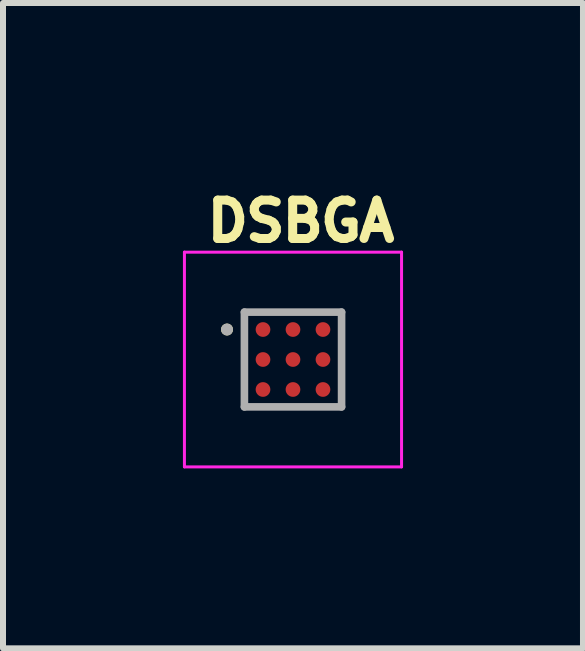
<source format=kicad_pcb>
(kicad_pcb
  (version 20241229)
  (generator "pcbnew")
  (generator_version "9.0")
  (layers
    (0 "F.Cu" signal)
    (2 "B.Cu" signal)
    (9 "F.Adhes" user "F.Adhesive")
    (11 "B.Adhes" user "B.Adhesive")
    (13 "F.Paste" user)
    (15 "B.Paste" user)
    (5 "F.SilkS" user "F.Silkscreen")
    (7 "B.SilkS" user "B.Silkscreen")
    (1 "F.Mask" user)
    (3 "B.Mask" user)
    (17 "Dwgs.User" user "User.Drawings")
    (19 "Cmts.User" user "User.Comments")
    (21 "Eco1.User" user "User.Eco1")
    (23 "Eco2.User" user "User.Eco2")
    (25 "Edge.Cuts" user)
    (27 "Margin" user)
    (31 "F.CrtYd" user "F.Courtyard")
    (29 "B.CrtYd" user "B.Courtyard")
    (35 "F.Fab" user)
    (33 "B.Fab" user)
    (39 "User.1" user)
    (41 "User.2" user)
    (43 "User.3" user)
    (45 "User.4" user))
  (footprint "DSBGA"
    (layer "F.Cu")
    (at 1.835 2.944)
    (property "Reference" "DSBGA" (at 0.132 -2.306 0) (layer "F.SilkS") (effects (font (size 0.64 0.64) (thickness 0.15))))
    (attr smd)
    (fp_circle (center -0.5 -0.5) (end -0.414 -0.5) (stroke (width 0.172) (type solid)) (fill no) (layer "F.Mask"))
    (fp_circle (center -0.5 0) (end -0.414 0) (stroke (width 0.172) (type solid)) (fill no) (layer "F.Mask"))
    (fp_circle (center -0.5 0.5) (end -0.414 0.5) (stroke (width 0.172) (type solid)) (fill no) (layer "F.Mask"))
    (fp_circle (center 0 -0.5) (end 0.086 -0.5) (stroke (width 0.172) (type solid)) (fill no) (layer "F.Mask"))
    (fp_circle (center 0 0) (end 0.086 0) (stroke (width 0.172) (type solid)) (fill no) (layer "F.Mask"))
    (fp_circle (center 0 0.5) (end 0.086 0.5) (stroke (width 0.172) (type solid)) (fill no) (layer "F.Mask"))
    (fp_circle (center 0.5 -0.5) (end 0.586 -0.5) (stroke (width 0.172) (type solid)) (fill no) (layer "F.Mask"))
    (fp_circle (center 0.5 0) (end 0.586 0) (stroke (width 0.172) (type solid)) (fill no) (layer "F.Mask"))
    (fp_circle (center 0.5 0.5) (end 0.586 0.5) (stroke (width 0.172) (type solid)) (fill no) (layer "F.Mask"))
    (fp_circle (center -1.1 -0.5) (end -1.05 -0.5) (stroke (width 0.1) (type solid)) (fill no) (layer "F.SilkS"))
    (fp_poly (pts (xy -0.625 -0.5) (xy -0.625 -0.575) (xy -0.625 -0.578) (xy -0.625 -0.58) (xy -0.624 -0.583) (xy -0.624 -0.585) (xy -0.623 -0.588) (xy -0.623 -0.59) (xy -0.622 -0.593) (xy -0.621 -0.595) (xy -0.62 -0.598) (xy -0.618 -0.6) (xy -0.617 -0.602) (xy -0.615 -0.604) (xy -0.614 -0.606) (xy -0.612 -0.608) (xy -0.61 -0.61) (xy -0.608 -0.612) (xy -0.606 -0.614) (xy -0.604 -0.615) (xy -0.602 -0.617) (xy -0.6 -0.618) (xy -0.598 -0.62) (xy -0.595 -0.621) (xy -0.593 -0.622) (xy -0.59 -0.623) (xy -0.588 -0.623) (xy -0.585 -0.624) (xy -0.583 -0.624) (xy -0.58 -0.625) (xy -0.578 -0.625) (xy -0.575 -0.625) (xy -0.425 -0.625) (xy -0.422 -0.625) (xy -0.42 -0.625) (xy -0.417 -0.624) (xy -0.415 -0.624) (xy -0.412 -0.623) (xy -0.41 -0.623) (xy -0.407 -0.622) (xy -0.405 -0.621) (xy -0.402 -0.62) (xy -0.4 -0.618) (xy -0.398 -0.617) (xy -0.396 -0.615) (xy -0.394 -0.614) (xy -0.392 -0.612) (xy -0.39 -0.61) (xy -0.388 -0.608) (xy -0.386 -0.606) (xy -0.385 -0.604) (xy -0.383 -0.602) (xy -0.382 -0.6) (xy -0.38 -0.598) (xy -0.379 -0.595) (xy -0.378 -0.593) (xy -0.377 -0.59) (xy -0.377 -0.588) (xy -0.376 -0.585) (xy -0.376 -0.583) (xy -0.375 -0.58) (xy -0.375 -0.578) (xy -0.375 -0.575) (xy -0.375 -0.425) (xy -0.375 -0.422) (xy -0.375 -0.42) (xy -0.376 -0.417) (xy -0.376 -0.415) (xy -0.377 -0.412) (xy -0.377 -0.41) (xy -0.378 -0.407) (xy -0.379 -0.405) (xy -0.38 -0.402) (xy -0.382 -0.4) (xy -0.383 -0.398) (xy -0.385 -0.396) (xy -0.386 -0.394) (xy -0.388 -0.392) (xy -0.39 -0.39) (xy -0.392 -0.388) (xy -0.394 -0.386) (xy -0.396 -0.385) (xy -0.398 -0.383) (xy -0.4 -0.382) (xy -0.402 -0.38) (xy -0.405 -0.379) (xy -0.407 -0.378) (xy -0.41 -0.377) (xy -0.412 -0.377) (xy -0.415 -0.376) (xy -0.417 -0.376) (xy -0.42 -0.375) (xy -0.422 -0.375) (xy -0.425 -0.375) (xy -0.575 -0.375) (xy -0.578 -0.375) (xy -0.58 -0.375) (xy -0.583 -0.376) (xy -0.585 -0.376) (xy -0.588 -0.377) (xy -0.59 -0.377) (xy -0.593 -0.378) (xy -0.595 -0.379) (xy -0.598 -0.38) (xy -0.6 -0.382) (xy -0.602 -0.383) (xy -0.604 -0.385) (xy -0.606 -0.386) (xy -0.608 -0.388) (xy -0.61 -0.39) (xy -0.612 -0.392) (xy -0.614 -0.394) (xy -0.615 -0.396) (xy -0.617 -0.398) (xy -0.618 -0.4) (xy -0.62 -0.402) (xy -0.621 -0.405) (xy -0.622 -0.407) (xy -0.623 -0.41) (xy -0.623 -0.412) (xy -0.624 -0.415) (xy -0.624 -0.417) (xy -0.625 -0.42) (xy -0.625 -0.422) (xy -0.625 -0.425) (xy -0.625 -0.5)) (stroke (width 0.01) (type solid)) (fill yes) (layer "F.Paste"))
    (fp_poly (pts (xy -0.625 0) (xy -0.625 -0.075) (xy -0.625 -0.078) (xy -0.625 -0.08) (xy -0.624 -0.083) (xy -0.624 -0.085) (xy -0.623 -0.088) (xy -0.623 -0.09) (xy -0.622 -0.093) (xy -0.621 -0.095) (xy -0.62 -0.098) (xy -0.618 -0.1) (xy -0.617 -0.102) (xy -0.615 -0.104) (xy -0.614 -0.106) (xy -0.612 -0.108) (xy -0.61 -0.11) (xy -0.608 -0.112) (xy -0.606 -0.114) (xy -0.604 -0.115) (xy -0.602 -0.117) (xy -0.6 -0.118) (xy -0.598 -0.12) (xy -0.595 -0.121) (xy -0.593 -0.122) (xy -0.59 -0.123) (xy -0.588 -0.123) (xy -0.585 -0.124) (xy -0.583 -0.124) (xy -0.58 -0.125) (xy -0.578 -0.125) (xy -0.575 -0.125) (xy -0.425 -0.125) (xy -0.422 -0.125) (xy -0.42 -0.125) (xy -0.417 -0.124) (xy -0.415 -0.124) (xy -0.412 -0.123) (xy -0.41 -0.123) (xy -0.407 -0.122) (xy -0.405 -0.121) (xy -0.402 -0.12) (xy -0.4 -0.118) (xy -0.398 -0.117) (xy -0.396 -0.115) (xy -0.394 -0.114) (xy -0.392 -0.112) (xy -0.39 -0.11) (xy -0.388 -0.108) (xy -0.386 -0.106) (xy -0.385 -0.104) (xy -0.383 -0.102) (xy -0.382 -0.1) (xy -0.38 -0.098) (xy -0.379 -0.095) (xy -0.378 -0.093) (xy -0.377 -0.09) (xy -0.377 -0.088) (xy -0.376 -0.085) (xy -0.376 -0.083) (xy -0.375 -0.08) (xy -0.375 -0.078) (xy -0.375 -0.075) (xy -0.375 0.075) (xy -0.375 0.078) (xy -0.375 0.08) (xy -0.376 0.083) (xy -0.376 0.085) (xy -0.377 0.088) (xy -0.377 0.09) (xy -0.378 0.093) (xy -0.379 0.095) (xy -0.38 0.098) (xy -0.382 0.1) (xy -0.383 0.102) (xy -0.385 0.104) (xy -0.386 0.106) (xy -0.388 0.108) (xy -0.39 0.11) (xy -0.392 0.112) (xy -0.394 0.114) (xy -0.396 0.115) (xy -0.398 0.117) (xy -0.4 0.118) (xy -0.402 0.12) (xy -0.405 0.121) (xy -0.407 0.122) (xy -0.41 0.123) (xy -0.412 0.123) (xy -0.415 0.124) (xy -0.417 0.124) (xy -0.42 0.125) (xy -0.422 0.125) (xy -0.425 0.125) (xy -0.575 0.125) (xy -0.578 0.125) (xy -0.58 0.125) (xy -0.583 0.124) (xy -0.585 0.124) (xy -0.588 0.123) (xy -0.59 0.123) (xy -0.593 0.122) (xy -0.595 0.121) (xy -0.598 0.12) (xy -0.6 0.118) (xy -0.602 0.117) (xy -0.604 0.115) (xy -0.606 0.114) (xy -0.608 0.112) (xy -0.61 0.11) (xy -0.612 0.108) (xy -0.614 0.106) (xy -0.615 0.104) (xy -0.617 0.102) (xy -0.618 0.1) (xy -0.62 0.098) (xy -0.621 0.095) (xy -0.622 0.093) (xy -0.623 0.09) (xy -0.623 0.088) (xy -0.624 0.085) (xy -0.624 0.083) (xy -0.625 0.08) (xy -0.625 0.078) (xy -0.625 0.075) (xy -0.625 0)) (stroke (width 0.01) (type solid)) (fill yes) (layer "F.Paste"))
    (fp_poly (pts (xy -0.625 0.5) (xy -0.625 0.425) (xy -0.625 0.422) (xy -0.625 0.42) (xy -0.624 0.417) (xy -0.624 0.415) (xy -0.623 0.412) (xy -0.623 0.41) (xy -0.622 0.407) (xy -0.621 0.405) (xy -0.62 0.402) (xy -0.618 0.4) (xy -0.617 0.398) (xy -0.615 0.396) (xy -0.614 0.394) (xy -0.612 0.392) (xy -0.61 0.39) (xy -0.608 0.388) (xy -0.606 0.386) (xy -0.604 0.385) (xy -0.602 0.383) (xy -0.6 0.382) (xy -0.598 0.38) (xy -0.595 0.379) (xy -0.593 0.378) (xy -0.59 0.377) (xy -0.588 0.377) (xy -0.585 0.376) (xy -0.583 0.376) (xy -0.58 0.375) (xy -0.578 0.375) (xy -0.575 0.375) (xy -0.425 0.375) (xy -0.422 0.375) (xy -0.42 0.375) (xy -0.417 0.376) (xy -0.415 0.376) (xy -0.412 0.377) (xy -0.41 0.377) (xy -0.407 0.378) (xy -0.405 0.379) (xy -0.402 0.38) (xy -0.4 0.382) (xy -0.398 0.383) (xy -0.396 0.385) (xy -0.394 0.386) (xy -0.392 0.388) (xy -0.39 0.39) (xy -0.388 0.392) (xy -0.386 0.394) (xy -0.385 0.396) (xy -0.383 0.398) (xy -0.382 0.4) (xy -0.38 0.402) (xy -0.379 0.405) (xy -0.378 0.407) (xy -0.377 0.41) (xy -0.377 0.412) (xy -0.376 0.415) (xy -0.376 0.417) (xy -0.375 0.42) (xy -0.375 0.422) (xy -0.375 0.425) (xy -0.375 0.575) (xy -0.375 0.578) (xy -0.375 0.58) (xy -0.376 0.583) (xy -0.376 0.585) (xy -0.377 0.588) (xy -0.377 0.59) (xy -0.378 0.593) (xy -0.379 0.595) (xy -0.38 0.598) (xy -0.382 0.6) (xy -0.383 0.602) (xy -0.385 0.604) (xy -0.386 0.606) (xy -0.388 0.608) (xy -0.39 0.61) (xy -0.392 0.612) (xy -0.394 0.614) (xy -0.396 0.615) (xy -0.398 0.617) (xy -0.4 0.618) (xy -0.402 0.62) (xy -0.405 0.621) (xy -0.407 0.622) (xy -0.41 0.623) (xy -0.412 0.623) (xy -0.415 0.624) (xy -0.417 0.624) (xy -0.42 0.625) (xy -0.422 0.625) (xy -0.425 0.625) (xy -0.575 0.625) (xy -0.578 0.625) (xy -0.58 0.625) (xy -0.583 0.624) (xy -0.585 0.624) (xy -0.588 0.623) (xy -0.59 0.623) (xy -0.593 0.622) (xy -0.595 0.621) (xy -0.598 0.62) (xy -0.6 0.618) (xy -0.602 0.617) (xy -0.604 0.615) (xy -0.606 0.614) (xy -0.608 0.612) (xy -0.61 0.61) (xy -0.612 0.608) (xy -0.614 0.606) (xy -0.615 0.604) (xy -0.617 0.602) (xy -0.618 0.6) (xy -0.62 0.598) (xy -0.621 0.595) (xy -0.622 0.593) (xy -0.623 0.59) (xy -0.623 0.588) (xy -0.624 0.585) (xy -0.624 0.583) (xy -0.625 0.58) (xy -0.625 0.578) (xy -0.625 0.575) (xy -0.625 0.5)) (stroke (width 0.01) (type solid)) (fill yes) (layer "F.Paste"))
    (fp_poly (pts (xy -0.125 -0.5) (xy -0.125 -0.575) (xy -0.125 -0.578) (xy -0.125 -0.58) (xy -0.124 -0.583) (xy -0.124 -0.585) (xy -0.123 -0.588) (xy -0.123 -0.59) (xy -0.122 -0.593) (xy -0.121 -0.595) (xy -0.12 -0.598) (xy -0.118 -0.6) (xy -0.117 -0.602) (xy -0.115 -0.604) (xy -0.114 -0.606) (xy -0.112 -0.608) (xy -0.11 -0.61) (xy -0.108 -0.612) (xy -0.106 -0.614) (xy -0.104 -0.615) (xy -0.102 -0.617) (xy -0.1 -0.618) (xy -0.098 -0.62) (xy -0.095 -0.621) (xy -0.093 -0.622) (xy -0.09 -0.623) (xy -0.088 -0.623) (xy -0.085 -0.624) (xy -0.083 -0.624) (xy -0.08 -0.625) (xy -0.078 -0.625) (xy -0.075 -0.625) (xy 0.075 -0.625) (xy 0.078 -0.625) (xy 0.08 -0.625) (xy 0.083 -0.624) (xy 0.085 -0.624) (xy 0.088 -0.623) (xy 0.09 -0.623) (xy 0.093 -0.622) (xy 0.095 -0.621) (xy 0.098 -0.62) (xy 0.1 -0.618) (xy 0.102 -0.617) (xy 0.104 -0.615) (xy 0.106 -0.614) (xy 0.108 -0.612) (xy 0.11 -0.61) (xy 0.112 -0.608) (xy 0.114 -0.606) (xy 0.115 -0.604) (xy 0.117 -0.602) (xy 0.118 -0.6) (xy 0.12 -0.598) (xy 0.121 -0.595) (xy 0.122 -0.593) (xy 0.123 -0.59) (xy 0.123 -0.588) (xy 0.124 -0.585) (xy 0.124 -0.583) (xy 0.125 -0.58) (xy 0.125 -0.578) (xy 0.125 -0.575) (xy 0.125 -0.425) (xy 0.125 -0.422) (xy 0.125 -0.42) (xy 0.124 -0.417) (xy 0.124 -0.415) (xy 0.123 -0.412) (xy 0.123 -0.41) (xy 0.122 -0.407) (xy 0.121 -0.405) (xy 0.12 -0.402) (xy 0.118 -0.4) (xy 0.117 -0.398) (xy 0.115 -0.396) (xy 0.114 -0.394) (xy 0.112 -0.392) (xy 0.11 -0.39) (xy 0.108 -0.388) (xy 0.106 -0.386) (xy 0.104 -0.385) (xy 0.102 -0.383) (xy 0.1 -0.382) (xy 0.098 -0.38) (xy 0.095 -0.379) (xy 0.093 -0.378) (xy 0.09 -0.377) (xy 0.088 -0.377) (xy 0.085 -0.376) (xy 0.083 -0.376) (xy 0.08 -0.375) (xy 0.078 -0.375) (xy 0.075 -0.375) (xy -0.075 -0.375) (xy -0.078 -0.375) (xy -0.08 -0.375) (xy -0.083 -0.376) (xy -0.085 -0.376) (xy -0.088 -0.377) (xy -0.09 -0.377) (xy -0.093 -0.378) (xy -0.095 -0.379) (xy -0.098 -0.38) (xy -0.1 -0.382) (xy -0.102 -0.383) (xy -0.104 -0.385) (xy -0.106 -0.386) (xy -0.108 -0.388) (xy -0.11 -0.39) (xy -0.112 -0.392) (xy -0.114 -0.394) (xy -0.115 -0.396) (xy -0.117 -0.398) (xy -0.118 -0.4) (xy -0.12 -0.402) (xy -0.121 -0.405) (xy -0.122 -0.407) (xy -0.123 -0.41) (xy -0.123 -0.412) (xy -0.124 -0.415) (xy -0.124 -0.417) (xy -0.125 -0.42) (xy -0.125 -0.422) (xy -0.125 -0.425) (xy -0.125 -0.5)) (stroke (width 0.01) (type solid)) (fill yes) (layer "F.Paste"))
    (fp_poly (pts (xy -0.125 0) (xy -0.125 -0.075) (xy -0.125 -0.078) (xy -0.125 -0.08) (xy -0.124 -0.083) (xy -0.124 -0.085) (xy -0.123 -0.088) (xy -0.123 -0.09) (xy -0.122 -0.093) (xy -0.121 -0.095) (xy -0.12 -0.098) (xy -0.118 -0.1) (xy -0.117 -0.102) (xy -0.115 -0.104) (xy -0.114 -0.106) (xy -0.112 -0.108) (xy -0.11 -0.11) (xy -0.108 -0.112) (xy -0.106 -0.114) (xy -0.104 -0.115) (xy -0.102 -0.117) (xy -0.1 -0.118) (xy -0.098 -0.12) (xy -0.095 -0.121) (xy -0.093 -0.122) (xy -0.09 -0.123) (xy -0.088 -0.123) (xy -0.085 -0.124) (xy -0.083 -0.124) (xy -0.08 -0.125) (xy -0.078 -0.125) (xy -0.075 -0.125) (xy 0.075 -0.125) (xy 0.078 -0.125) (xy 0.08 -0.125) (xy 0.083 -0.124) (xy 0.085 -0.124) (xy 0.088 -0.123) (xy 0.09 -0.123) (xy 0.093 -0.122) (xy 0.095 -0.121) (xy 0.098 -0.12) (xy 0.1 -0.118) (xy 0.102 -0.117) (xy 0.104 -0.115) (xy 0.106 -0.114) (xy 0.108 -0.112) (xy 0.11 -0.11) (xy 0.112 -0.108) (xy 0.114 -0.106) (xy 0.115 -0.104) (xy 0.117 -0.102) (xy 0.118 -0.1) (xy 0.12 -0.098) (xy 0.121 -0.095) (xy 0.122 -0.093) (xy 0.123 -0.09) (xy 0.123 -0.088) (xy 0.124 -0.085) (xy 0.124 -0.083) (xy 0.125 -0.08) (xy 0.125 -0.078) (xy 0.125 -0.075) (xy 0.125 0.075) (xy 0.125 0.078) (xy 0.125 0.08) (xy 0.124 0.083) (xy 0.124 0.085) (xy 0.123 0.088) (xy 0.123 0.09) (xy 0.122 0.093) (xy 0.121 0.095) (xy 0.12 0.098) (xy 0.118 0.1) (xy 0.117 0.102) (xy 0.115 0.104) (xy 0.114 0.106) (xy 0.112 0.108) (xy 0.11 0.11) (xy 0.108 0.112) (xy 0.106 0.114) (xy 0.104 0.115) (xy 0.102 0.117) (xy 0.1 0.118) (xy 0.098 0.12) (xy 0.095 0.121) (xy 0.093 0.122) (xy 0.09 0.123) (xy 0.088 0.123) (xy 0.085 0.124) (xy 0.083 0.124) (xy 0.08 0.125) (xy 0.078 0.125) (xy 0.075 0.125) (xy -0.075 0.125) (xy -0.078 0.125) (xy -0.08 0.125) (xy -0.083 0.124) (xy -0.085 0.124) (xy -0.088 0.123) (xy -0.09 0.123) (xy -0.093 0.122) (xy -0.095 0.121) (xy -0.098 0.12) (xy -0.1 0.118) (xy -0.102 0.117) (xy -0.104 0.115) (xy -0.106 0.114) (xy -0.108 0.112) (xy -0.11 0.11) (xy -0.112 0.108) (xy -0.114 0.106) (xy -0.115 0.104) (xy -0.117 0.102) (xy -0.118 0.1) (xy -0.12 0.098) (xy -0.121 0.095) (xy -0.122 0.093) (xy -0.123 0.09) (xy -0.123 0.088) (xy -0.124 0.085) (xy -0.124 0.083) (xy -0.125 0.08) (xy -0.125 0.078) (xy -0.125 0.075) (xy -0.125 0)) (stroke (width 0.01) (type solid)) (fill yes) (layer "F.Paste"))
    (fp_poly (pts (xy -0.125 0.5) (xy -0.125 0.425) (xy -0.125 0.422) (xy -0.125 0.42) (xy -0.124 0.417) (xy -0.124 0.415) (xy -0.123 0.412) (xy -0.123 0.41) (xy -0.122 0.407) (xy -0.121 0.405) (xy -0.12 0.402) (xy -0.118 0.4) (xy -0.117 0.398) (xy -0.115 0.396) (xy -0.114 0.394) (xy -0.112 0.392) (xy -0.11 0.39) (xy -0.108 0.388) (xy -0.106 0.386) (xy -0.104 0.385) (xy -0.102 0.383) (xy -0.1 0.382) (xy -0.098 0.38) (xy -0.095 0.379) (xy -0.093 0.378) (xy -0.09 0.377) (xy -0.088 0.377) (xy -0.085 0.376) (xy -0.083 0.376) (xy -0.08 0.375) (xy -0.078 0.375) (xy -0.075 0.375) (xy 0.075 0.375) (xy 0.078 0.375) (xy 0.08 0.375) (xy 0.083 0.376) (xy 0.085 0.376) (xy 0.088 0.377) (xy 0.09 0.377) (xy 0.093 0.378) (xy 0.095 0.379) (xy 0.098 0.38) (xy 0.1 0.382) (xy 0.102 0.383) (xy 0.104 0.385) (xy 0.106 0.386) (xy 0.108 0.388) (xy 0.11 0.39) (xy 0.112 0.392) (xy 0.114 0.394) (xy 0.115 0.396) (xy 0.117 0.398) (xy 0.118 0.4) (xy 0.12 0.402) (xy 0.121 0.405) (xy 0.122 0.407) (xy 0.123 0.41) (xy 0.123 0.412) (xy 0.124 0.415) (xy 0.124 0.417) (xy 0.125 0.42) (xy 0.125 0.422) (xy 0.125 0.425) (xy 0.125 0.575) (xy 0.125 0.578) (xy 0.125 0.58) (xy 0.124 0.583) (xy 0.124 0.585) (xy 0.123 0.588) (xy 0.123 0.59) (xy 0.122 0.593) (xy 0.121 0.595) (xy 0.12 0.598) (xy 0.118 0.6) (xy 0.117 0.602) (xy 0.115 0.604) (xy 0.114 0.606) (xy 0.112 0.608) (xy 0.11 0.61) (xy 0.108 0.612) (xy 0.106 0.614) (xy 0.104 0.615) (xy 0.102 0.617) (xy 0.1 0.618) (xy 0.098 0.62) (xy 0.095 0.621) (xy 0.093 0.622) (xy 0.09 0.623) (xy 0.088 0.623) (xy 0.085 0.624) (xy 0.083 0.624) (xy 0.08 0.625) (xy 0.078 0.625) (xy 0.075 0.625) (xy -0.075 0.625) (xy -0.078 0.625) (xy -0.08 0.625) (xy -0.083 0.624) (xy -0.085 0.624) (xy -0.088 0.623) (xy -0.09 0.623) (xy -0.093 0.622) (xy -0.095 0.621) (xy -0.098 0.62) (xy -0.1 0.618) (xy -0.102 0.617) (xy -0.104 0.615) (xy -0.106 0.614) (xy -0.108 0.612) (xy -0.11 0.61) (xy -0.112 0.608) (xy -0.114 0.606) (xy -0.115 0.604) (xy -0.117 0.602) (xy -0.118 0.6) (xy -0.12 0.598) (xy -0.121 0.595) (xy -0.122 0.593) (xy -0.123 0.59) (xy -0.123 0.588) (xy -0.124 0.585) (xy -0.124 0.583) (xy -0.125 0.58) (xy -0.125 0.578) (xy -0.125 0.575) (xy -0.125 0.5)) (stroke (width 0.01) (type solid)) (fill yes) (layer "F.Paste"))
    (fp_poly (pts (xy 0.375 -0.5) (xy 0.375 -0.575) (xy 0.375 -0.578) (xy 0.375 -0.58) (xy 0.376 -0.583) (xy 0.376 -0.585) (xy 0.377 -0.588) (xy 0.377 -0.59) (xy 0.378 -0.593) (xy 0.379 -0.595) (xy 0.38 -0.598) (xy 0.382 -0.6) (xy 0.383 -0.602) (xy 0.385 -0.604) (xy 0.386 -0.606) (xy 0.388 -0.608) (xy 0.39 -0.61) (xy 0.392 -0.612) (xy 0.394 -0.614) (xy 0.396 -0.615) (xy 0.398 -0.617) (xy 0.4 -0.618) (xy 0.402 -0.62) (xy 0.405 -0.621) (xy 0.407 -0.622) (xy 0.41 -0.623) (xy 0.412 -0.623) (xy 0.415 -0.624) (xy 0.417 -0.624) (xy 0.42 -0.625) (xy 0.422 -0.625) (xy 0.425 -0.625) (xy 0.575 -0.625) (xy 0.578 -0.625) (xy 0.58 -0.625) (xy 0.583 -0.624) (xy 0.585 -0.624) (xy 0.588 -0.623) (xy 0.59 -0.623) (xy 0.593 -0.622) (xy 0.595 -0.621) (xy 0.598 -0.62) (xy 0.6 -0.618) (xy 0.602 -0.617) (xy 0.604 -0.615) (xy 0.606 -0.614) (xy 0.608 -0.612) (xy 0.61 -0.61) (xy 0.612 -0.608) (xy 0.614 -0.606) (xy 0.615 -0.604) (xy 0.617 -0.602) (xy 0.618 -0.6) (xy 0.62 -0.598) (xy 0.621 -0.595) (xy 0.622 -0.593) (xy 0.623 -0.59) (xy 0.623 -0.588) (xy 0.624 -0.585) (xy 0.624 -0.583) (xy 0.625 -0.58) (xy 0.625 -0.578) (xy 0.625 -0.575) (xy 0.625 -0.425) (xy 0.625 -0.422) (xy 0.625 -0.42) (xy 0.624 -0.417) (xy 0.624 -0.415) (xy 0.623 -0.412) (xy 0.623 -0.41) (xy 0.622 -0.407) (xy 0.621 -0.405) (xy 0.62 -0.402) (xy 0.618 -0.4) (xy 0.617 -0.398) (xy 0.615 -0.396) (xy 0.614 -0.394) (xy 0.612 -0.392) (xy 0.61 -0.39) (xy 0.608 -0.388) (xy 0.606 -0.386) (xy 0.604 -0.385) (xy 0.602 -0.383) (xy 0.6 -0.382) (xy 0.598 -0.38) (xy 0.595 -0.379) (xy 0.593 -0.378) (xy 0.59 -0.377) (xy 0.588 -0.377) (xy 0.585 -0.376) (xy 0.583 -0.376) (xy 0.58 -0.375) (xy 0.578 -0.375) (xy 0.575 -0.375) (xy 0.425 -0.375) (xy 0.422 -0.375) (xy 0.42 -0.375) (xy 0.417 -0.376) (xy 0.415 -0.376) (xy 0.412 -0.377) (xy 0.41 -0.377) (xy 0.407 -0.378) (xy 0.405 -0.379) (xy 0.402 -0.38) (xy 0.4 -0.382) (xy 0.398 -0.383) (xy 0.396 -0.385) (xy 0.394 -0.386) (xy 0.392 -0.388) (xy 0.39 -0.39) (xy 0.388 -0.392) (xy 0.386 -0.394) (xy 0.385 -0.396) (xy 0.383 -0.398) (xy 0.382 -0.4) (xy 0.38 -0.402) (xy 0.379 -0.405) (xy 0.378 -0.407) (xy 0.377 -0.41) (xy 0.377 -0.412) (xy 0.376 -0.415) (xy 0.376 -0.417) (xy 0.375 -0.42) (xy 0.375 -0.422) (xy 0.375 -0.425) (xy 0.375 -0.5)) (stroke (width 0.01) (type solid)) (fill yes) (layer "F.Paste"))
    (fp_poly (pts (xy 0.375 0) (xy 0.375 -0.075) (xy 0.375 -0.078) (xy 0.375 -0.08) (xy 0.376 -0.083) (xy 0.376 -0.085) (xy 0.377 -0.088) (xy 0.377 -0.09) (xy 0.378 -0.093) (xy 0.379 -0.095) (xy 0.38 -0.098) (xy 0.382 -0.1) (xy 0.383 -0.102) (xy 0.385 -0.104) (xy 0.386 -0.106) (xy 0.388 -0.108) (xy 0.39 -0.11) (xy 0.392 -0.112) (xy 0.394 -0.114) (xy 0.396 -0.115) (xy 0.398 -0.117) (xy 0.4 -0.118) (xy 0.402 -0.12) (xy 0.405 -0.121) (xy 0.407 -0.122) (xy 0.41 -0.123) (xy 0.412 -0.123) (xy 0.415 -0.124) (xy 0.417 -0.124) (xy 0.42 -0.125) (xy 0.422 -0.125) (xy 0.425 -0.125) (xy 0.575 -0.125) (xy 0.578 -0.125) (xy 0.58 -0.125) (xy 0.583 -0.124) (xy 0.585 -0.124) (xy 0.588 -0.123) (xy 0.59 -0.123) (xy 0.593 -0.122) (xy 0.595 -0.121) (xy 0.598 -0.12) (xy 0.6 -0.118) (xy 0.602 -0.117) (xy 0.604 -0.115) (xy 0.606 -0.114) (xy 0.608 -0.112) (xy 0.61 -0.11) (xy 0.612 -0.108) (xy 0.614 -0.106) (xy 0.615 -0.104) (xy 0.617 -0.102) (xy 0.618 -0.1) (xy 0.62 -0.098) (xy 0.621 -0.095) (xy 0.622 -0.093) (xy 0.623 -0.09) (xy 0.623 -0.088) (xy 0.624 -0.085) (xy 0.624 -0.083) (xy 0.625 -0.08) (xy 0.625 -0.078) (xy 0.625 -0.075) (xy 0.625 0.075) (xy 0.625 0.078) (xy 0.625 0.08) (xy 0.624 0.083) (xy 0.624 0.085) (xy 0.623 0.088) (xy 0.623 0.09) (xy 0.622 0.093) (xy 0.621 0.095) (xy 0.62 0.098) (xy 0.618 0.1) (xy 0.617 0.102) (xy 0.615 0.104) (xy 0.614 0.106) (xy 0.612 0.108) (xy 0.61 0.11) (xy 0.608 0.112) (xy 0.606 0.114) (xy 0.604 0.115) (xy 0.602 0.117) (xy 0.6 0.118) (xy 0.598 0.12) (xy 0.595 0.121) (xy 0.593 0.122) (xy 0.59 0.123) (xy 0.588 0.123) (xy 0.585 0.124) (xy 0.583 0.124) (xy 0.58 0.125) (xy 0.578 0.125) (xy 0.575 0.125) (xy 0.425 0.125) (xy 0.422 0.125) (xy 0.42 0.125) (xy 0.417 0.124) (xy 0.415 0.124) (xy 0.412 0.123) (xy 0.41 0.123) (xy 0.407 0.122) (xy 0.405 0.121) (xy 0.402 0.12) (xy 0.4 0.118) (xy 0.398 0.117) (xy 0.396 0.115) (xy 0.394 0.114) (xy 0.392 0.112) (xy 0.39 0.11) (xy 0.388 0.108) (xy 0.386 0.106) (xy 0.385 0.104) (xy 0.383 0.102) (xy 0.382 0.1) (xy 0.38 0.098) (xy 0.379 0.095) (xy 0.378 0.093) (xy 0.377 0.09) (xy 0.377 0.088) (xy 0.376 0.085) (xy 0.376 0.083) (xy 0.375 0.08) (xy 0.375 0.078) (xy 0.375 0.075) (xy 0.375 0)) (stroke (width 0.01) (type solid)) (fill yes) (layer "F.Paste"))
    (fp_poly (pts (xy 0.375 0.5) (xy 0.375 0.425) (xy 0.375 0.422) (xy 0.375 0.42) (xy 0.376 0.417) (xy 0.376 0.415) (xy 0.377 0.412) (xy 0.377 0.41) (xy 0.378 0.407) (xy 0.379 0.405) (xy 0.38 0.402) (xy 0.382 0.4) (xy 0.383 0.398) (xy 0.385 0.396) (xy 0.386 0.394) (xy 0.388 0.392) (xy 0.39 0.39) (xy 0.392 0.388) (xy 0.394 0.386) (xy 0.396 0.385) (xy 0.398 0.383) (xy 0.4 0.382) (xy 0.402 0.38) (xy 0.405 0.379) (xy 0.407 0.378) (xy 0.41 0.377) (xy 0.412 0.377) (xy 0.415 0.376) (xy 0.417 0.376) (xy 0.42 0.375) (xy 0.422 0.375) (xy 0.425 0.375) (xy 0.575 0.375) (xy 0.578 0.375) (xy 0.58 0.375) (xy 0.583 0.376) (xy 0.585 0.376) (xy 0.588 0.377) (xy 0.59 0.377) (xy 0.593 0.378) (xy 0.595 0.379) (xy 0.598 0.38) (xy 0.6 0.382) (xy 0.602 0.383) (xy 0.604 0.385) (xy 0.606 0.386) (xy 0.608 0.388) (xy 0.61 0.39) (xy 0.612 0.392) (xy 0.614 0.394) (xy 0.615 0.396) (xy 0.617 0.398) (xy 0.618 0.4) (xy 0.62 0.402) (xy 0.621 0.405) (xy 0.622 0.407) (xy 0.623 0.41) (xy 0.623 0.412) (xy 0.624 0.415) (xy 0.624 0.417) (xy 0.625 0.42) (xy 0.625 0.422) (xy 0.625 0.425) (xy 0.625 0.575) (xy 0.625 0.578) (xy 0.625 0.58) (xy 0.624 0.583) (xy 0.624 0.585) (xy 0.623 0.588) (xy 0.623 0.59) (xy 0.622 0.593) (xy 0.621 0.595) (xy 0.62 0.598) (xy 0.618 0.6) (xy 0.617 0.602) (xy 0.615 0.604) (xy 0.614 0.606) (xy 0.612 0.608) (xy 0.61 0.61) (xy 0.608 0.612) (xy 0.606 0.614) (xy 0.604 0.615) (xy 0.602 0.617) (xy 0.6 0.618) (xy 0.598 0.62) (xy 0.595 0.621) (xy 0.593 0.622) (xy 0.59 0.623) (xy 0.588 0.623) (xy 0.585 0.624) (xy 0.583 0.624) (xy 0.58 0.625) (xy 0.578 0.625) (xy 0.575 0.625) (xy 0.425 0.625) (xy 0.422 0.625) (xy 0.42 0.625) (xy 0.417 0.624) (xy 0.415 0.624) (xy 0.412 0.623) (xy 0.41 0.623) (xy 0.407 0.622) (xy 0.405 0.621) (xy 0.402 0.62) (xy 0.4 0.618) (xy 0.398 0.617) (xy 0.396 0.615) (xy 0.394 0.614) (xy 0.392 0.612) (xy 0.39 0.61) (xy 0.388 0.608) (xy 0.386 0.606) (xy 0.385 0.604) (xy 0.383 0.602) (xy 0.382 0.6) (xy 0.38 0.598) (xy 0.379 0.595) (xy 0.378 0.593) (xy 0.377 0.59) (xy 0.377 0.588) (xy 0.376 0.585) (xy 0.376 0.583) (xy 0.375 0.58) (xy 0.375 0.578) (xy 0.375 0.575) (xy 0.375 0.5)) (stroke (width 0.01) (type solid)) (fill yes) (layer "F.Paste"))
    (fp_line (start -1.81 -1.79) (end -1.81 1.79) (stroke (width 0.05) (type solid)) (layer "F.CrtYd"))
    (fp_line (start -1.81 1.79) (end 1.81 1.79) (stroke (width 0.05) (type solid)) (layer "F.CrtYd"))
    (fp_line (start 1.81 -1.79) (end -1.81 -1.79) (stroke (width 0.05) (type solid)) (layer "F.CrtYd"))
    (fp_line (start 1.81 1.79) (end 1.81 -1.79) (stroke (width 0.05) (type solid)) (layer "F.CrtYd"))
    (fp_line (start -0.81 -0.79) (end 0.81 -0.79) (stroke (width 0.127) (type solid)) (layer "F.Fab"))
    (fp_line (start -0.81 0.79) (end -0.81 -0.79) (stroke (width 0.127) (type solid)) (layer "F.Fab"))
    (fp_line (start 0.81 -0.79) (end 0.81 0.79) (stroke (width 0.127) (type solid)) (layer "F.Fab"))
    (fp_line (start 0.81 0.79) (end -0.81 0.79) (stroke (width 0.127) (type solid)) (layer "F.Fab"))
    (fp_circle (center -1.1 -0.5) (end -1.05 -0.5) (stroke (width 0.1) (type solid)) (fill no) (layer "F.Fab"))
    (pad "A1" smd circle (at -0.5 -0.5) (size 0.245 0.245) (layers "F.Cu"))
    (pad "A2" smd circle (at 0 -0.5) (size 0.245 0.245) (layers "F.Cu"))
    (pad "A3" smd circle (at 0.5 -0.5) (size 0.245 0.245) (layers "F.Cu"))
    (pad "B1" smd circle (at -0.5 0) (size 0.245 0.245) (layers "F.Cu"))
    (pad "B2" smd circle (at 0 0) (size 0.245 0.245) (layers "F.Cu"))
    (pad "B3" smd circle (at 0.5 0) (size 0.245 0.245) (layers "F.Cu"))
    (pad "C1" smd circle (at -0.5 0.5) (size 0.245 0.245) (layers "F.Cu"))
    (pad "C2" smd circle (at 0 0.5) (size 0.245 0.245) (layers "F.Cu"))
    (pad "C3" smd circle (at 0.5 0.5) (size 0.245 0.245) (layers "F.Cu")))
  (gr_rect
    (start -3 -3)
    (end 6.67 7.759)
    (stroke (width 0.1) (type default))
    (fill no)
    (layer "Edge.Cuts")))
</source>
